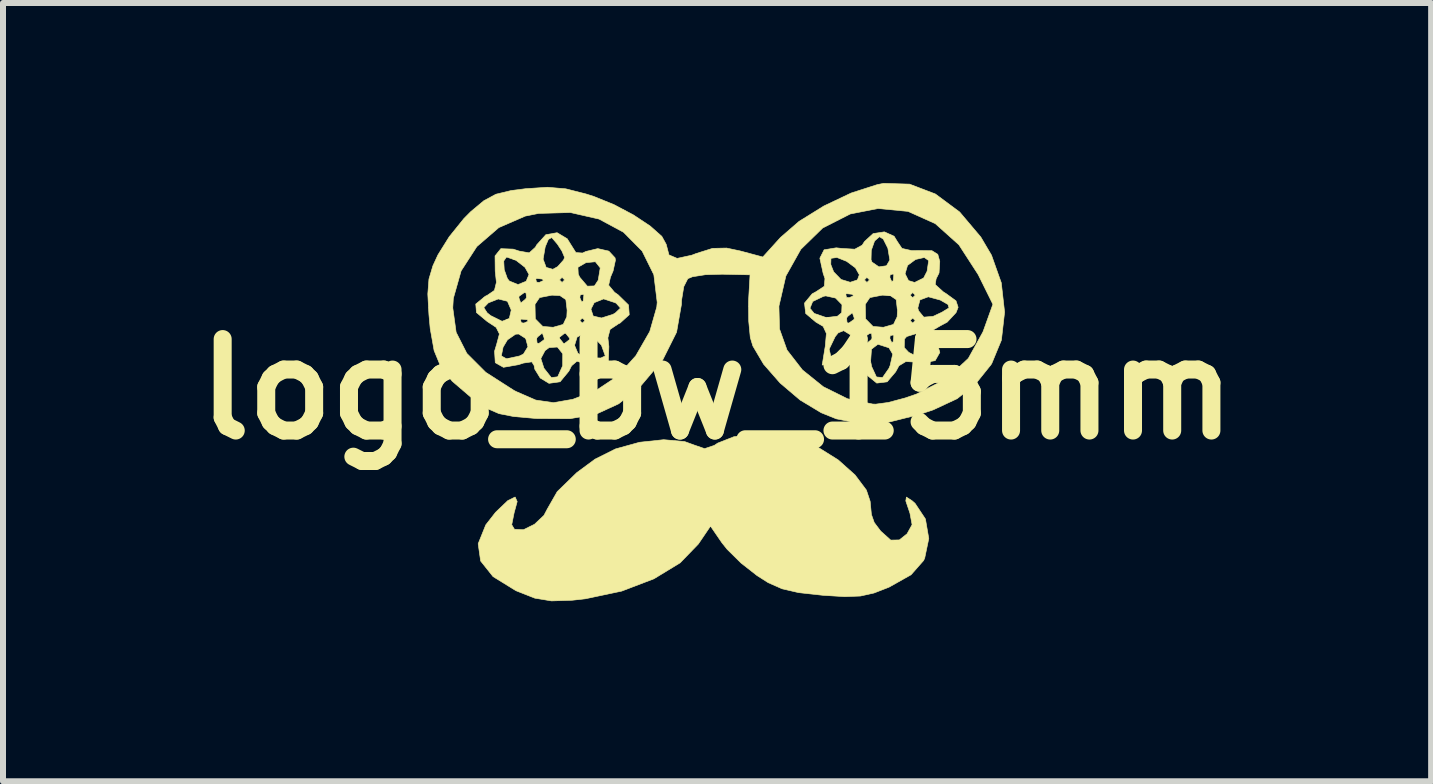
<source format=kicad_pcb>
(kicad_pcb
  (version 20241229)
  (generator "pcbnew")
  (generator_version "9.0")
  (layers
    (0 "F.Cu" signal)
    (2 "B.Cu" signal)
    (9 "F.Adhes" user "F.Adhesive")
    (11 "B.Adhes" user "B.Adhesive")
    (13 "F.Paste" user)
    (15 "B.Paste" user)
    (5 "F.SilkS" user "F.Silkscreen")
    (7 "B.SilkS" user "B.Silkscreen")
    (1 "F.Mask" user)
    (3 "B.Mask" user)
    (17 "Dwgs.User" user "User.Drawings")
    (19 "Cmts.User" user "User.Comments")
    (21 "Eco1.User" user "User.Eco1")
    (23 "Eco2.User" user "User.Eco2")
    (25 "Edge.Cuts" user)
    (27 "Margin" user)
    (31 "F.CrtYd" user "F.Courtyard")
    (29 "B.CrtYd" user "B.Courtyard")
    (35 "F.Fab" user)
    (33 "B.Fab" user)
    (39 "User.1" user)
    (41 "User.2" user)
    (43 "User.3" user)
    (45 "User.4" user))
  (footprint "logo_bw_15mm"
    (layer "F.Cu")
    (at 8.897 3.434)
    (property "Reference" "logo_bw_15mm" (at 0 0 0) (layer "F.SilkS") (effects (font (size 1.524 1.524) (thickness 0.3))))
    (attr through_hole)
    (fp_poly (pts (xy 1.064 0.784) (xy 1.465 0.879) (xy 1.685 0.97) (xy 2.019 1.179) (xy 2.299 1.429) (xy 2.488 1.681) (xy 2.551 1.869) (xy 2.572 2.088) (xy 2.619 2.222) (xy 2.722 2.359) (xy 2.73 2.368) (xy 2.894 2.515) (xy 3.038 2.512) (xy 3.166 2.41) (xy 3.25 2.258) (xy 3.214 2.066) (xy 3.145 1.862) (xy 3.155 1.798) (xy 3.252 1.861) (xy 3.3 1.904) (xy 3.472 2.163) (xy 3.528 2.489) (xy 3.46 2.815) (xy 3.441 2.856) (xy 3.232 3.093) (xy 2.866 3.299) (xy 2.614 3.397) (xy 2.389 3.447) (xy 2.128 3.457) (xy 1.768 3.435) (xy 1.74 3.432) (xy 1.359 3.39) (xy 1.083 3.326) (xy 0.852 3.224) (xy 0.665 3.105) (xy 0.401 2.898) (xy 0.169 2.669) (xy 0.081 2.559) (xy -0.109 2.282) (xy -0.312 2.581) (xy -0.615 2.894) (xy -1.052 3.16) (xy -1.589 3.365) (xy -2.195 3.493) (xy -2.413 3.517) (xy -2.759 3.528) (xy -3.037 3.482) (xy -3.341 3.362) (xy -3.359 3.353) (xy -3.732 3.123) (xy -3.939 2.863) (xy -3.98 2.576) (xy -3.853 2.261) (xy -3.69 2.052) (xy -3.486 1.857) (xy -3.364 1.797) (xy -3.33 1.873) (xy -3.381 2.06) (xy -3.421 2.259) (xy -3.375 2.335) (xy -3.226 2.342) (xy -3.041 2.251) (xy -2.884 2.103) (xy -2.828 1.997) (xy -2.663 1.708) (xy -2.337 1.391) (xy -2.032 1.166) (xy -1.692 0.996) (xy -1.292 0.885) (xy -0.889 0.842) (xy -0.54 0.873) (xy -0.384 0.93) (xy -0.207 0.991) (xy -0.046 0.937) (xy 0.011 0.899) (xy 0.282 0.792) (xy 0.651 0.755) (xy 1.064 0.784)) (stroke (width 0.01) (type solid)) (fill yes) (layer "F.SilkS"))
    (fp_poly (pts (xy 3.208 -3.416) (xy 3.638 -3.252) (xy 4.042 -2.952) (xy 4.395 -2.534) (xy 4.573 -2.232) (xy 4.736 -1.772) (xy 4.791 -1.283) (xy 4.738 -0.817) (xy 4.577 -0.427) (xy 4.562 -0.404) (xy 4.3 -0.078) (xy 4 0.159) (xy 3.608 0.342) (xy 3.373 0.422) (xy 2.845 0.553) (xy 2.399 0.577) (xy 1.986 0.494) (xy 1.736 0.393) (xy 1.384 0.181) (xy 1.051 -0.102) (xy 0.776 -0.416) (xy 0.597 -0.719) (xy 0.554 -0.86) (xy 0.528 -1.131) (xy 0.525 -1.383) (xy 1.031 -1.383) (xy 1.041 -1.002) (xy 1.166 -0.651) (xy 1.423 -0.32) (xy 1.771 -0.04) (xy 2.174 0.16) (xy 2.593 0.248) (xy 2.643 0.25) (xy 2.852 0.222) (xy 3.137 0.146) (xy 3.32 0.083) (xy 3.822 -0.173) (xy 4.187 -0.513) (xy 4.43 -0.953) (xy 4.444 -0.99) (xy 4.596 -1.414) (xy 4.351 -1.909) (xy 4.03 -2.405) (xy 3.636 -2.758) (xy 3.182 -2.962) (xy 2.682 -3.01) (xy 2.22 -2.919) (xy 1.76 -2.685) (xy 1.396 -2.33) (xy 1.147 -1.886) (xy 1.031 -1.383) (xy 0.525 -1.383) (xy 0.525 -1.449) (xy 0.528 -1.524) (xy 0.55 -1.905) (xy 0.085 -1.915) (xy -0.194 -1.907) (xy -0.41 -1.873) (xy -0.487 -1.841) (xy -0.554 -1.709) (xy -0.591 -1.483) (xy -0.593 -1.413) (xy -0.674 -0.95) (xy -0.907 -0.484) (xy -1.28 -0.043) (xy -1.289 -0.034) (xy -1.639 0.244) (xy -2.011 0.415) (xy -2.45 0.492) (xy -2.999 0.489) (xy -3.035 0.487) (xy -3.388 0.456) (xy -3.632 0.408) (xy -3.829 0.323) (xy -4.04 0.18) (xy -4.125 0.114) (xy -4.413 -0.133) (xy -4.601 -0.368) (xy -4.714 -0.643) (xy -4.779 -1.009) (xy -4.8 -1.238) (xy -4.807 -1.354) (xy -4.403 -1.354) (xy -4.347 -0.947) (xy -4.169 -0.596) (xy -3.853 -0.28) (xy -3.385 0.02) (xy -3.344 0.041) (xy -3.02 0.182) (xy -2.725 0.225) (xy -2.403 0.169) (xy -2.014 0.02) (xy -1.663 -0.213) (xy -1.353 -0.557) (xy -1.121 -0.96) (xy -1.004 -1.369) (xy -0.997 -1.446) (xy -1.053 -1.907) (xy -1.248 -2.301) (xy -1.559 -2.615) (xy -1.966 -2.834) (xy -2.444 -2.943) (xy -2.973 -2.928) (xy -3.194 -2.884) (xy -3.636 -2.692) (xy -4.002 -2.376) (xy -4.264 -1.971) (xy -4.394 -1.512) (xy -4.403 -1.354) (xy -4.807 -1.354) (xy -4.819 -1.586) (xy -4.8 -1.835) (xy -4.734 -2.056) (xy -4.65 -2.238) (xy -4.463 -2.538) (xy -4.218 -2.842) (xy -4.103 -2.958) (xy -3.885 -3.14) (xy -3.684 -3.248) (xy -3.431 -3.309) (xy -3.189 -3.34) (xy -2.825 -3.364) (xy -2.52 -3.338) (xy -2.182 -3.252) (xy -2.053 -3.211) (xy -1.718 -3.075) (xy -1.393 -2.903) (xy -1.114 -2.718) (xy -0.92 -2.546) (xy -0.847 -2.413) (xy -0.801 -2.237) (xy -0.665 -2.179) (xy -0.421 -2.232) (xy -0.348 -2.26) (xy -0.075 -2.346) (xy 0.159 -2.351) (xy 0.389 -2.302) (xy 0.763 -2.202) (xy 1.058 -2.528) (xy 1.366 -2.795) (xy 1.78 -3.052) (xy 2.235 -3.268) (xy 2.67 -3.408) (xy 2.776 -3.429) (xy 3.208 -3.416)) (stroke (width 0.01) (type solid)) (fill yes) (layer "F.SilkS"))
    (fp_poly (pts (xy 2.95 -2.548) (xy 3.005 -2.458) (xy 3.081 -2.345) (xy 3.245 -2.308) (xy 3.37 -2.31) (xy 3.581 -2.307) (xy 3.678 -2.246) (xy 3.711 -2.128) (xy 3.699 -1.936) (xy 3.65 -1.838) (xy 3.635 -1.743) (xy 3.77 -1.621) (xy 3.815 -1.593) (xy 3.981 -1.472) (xy 4.017 -1.364) (xy 3.982 -1.275) (xy 3.834 -1.116) (xy 3.725 -1.058) (xy 3.609 -0.991) (xy 3.63 -0.869) (xy 3.647 -0.834) (xy 3.712 -0.612) (xy 3.634 -0.475) (xy 3.425 -0.439) (xy 3.353 -0.448) (xy 3.146 -0.46) (xy 3.031 -0.39) (xy 2.976 -0.289) (xy 2.834 -0.122) (xy 2.661 -0.101) (xy 2.508 -0.226) (xy 2.478 -0.28) (xy 2.39 -0.409) (xy 2.25 -0.45) (xy 2.071 -0.439) (xy 1.752 -0.402) (xy 1.762 -0.463) (xy 2.559 -0.463) (xy 2.576 -0.376) (xy 2.656 -0.203) (xy 2.758 -0.194) (xy 2.865 -0.348) (xy 2.884 -0.395) (xy 2.927 -0.584) (xy 2.865 -0.688) (xy 2.861 -0.69) (xy 2.852 -0.693) (xy 3.119 -0.693) (xy 3.193 -0.614) (xy 3.389 -0.514) (xy 3.513 -0.543) (xy 3.541 -0.695) (xy 3.541 -0.698) (xy 3.457 -0.855) (xy 3.307 -0.922) (xy 3.16 -0.877) (xy 3.123 -0.834) (xy 3.119 -0.693) (xy 2.852 -0.693) (xy 2.68 -0.748) (xy 2.573 -0.666) (xy 2.559 -0.463) (xy 1.762 -0.463) (xy 1.795 -0.667) (xy 1.868 -0.667) (xy 1.897 -0.541) (xy 2.031 -0.52) (xy 2.241 -0.629) (xy 2.249 -0.635) (xy 2.362 -0.736) (xy 2.342 -0.812) (xy 2.3 -0.847) (xy 2.455 -0.847) (xy 2.484 -0.764) (xy 2.493 -0.762) (xy 2.565 -0.821) (xy 2.582 -0.847) (xy 2.879 -0.847) (xy 2.91 -0.777) (xy 2.935 -0.79) (xy 2.945 -0.891) (xy 2.935 -0.903) (xy 2.885 -0.891) (xy 2.879 -0.847) (xy 2.582 -0.847) (xy 2.576 -0.925) (xy 2.545 -0.931) (xy 2.459 -0.87) (xy 2.455 -0.847) (xy 2.3 -0.847) (xy 2.245 -0.892) (xy 2.109 -0.975) (xy 2.019 -0.938) (xy 1.969 -0.876) (xy 1.868 -0.667) (xy 1.795 -0.667) (xy 1.803 -0.713) (xy 1.822 -0.928) (xy 1.768 -1.046) (xy 1.646 -1.118) (xy 1.567 -1.185) (xy 2.159 -1.185) (xy 2.166 -1.107) (xy 2.196 -1.101) (xy 2.283 -1.162) (xy 2.286 -1.185) (xy 2.257 -1.268) (xy 2.249 -1.27) (xy 2.176 -1.211) (xy 2.159 -1.185) (xy 1.567 -1.185) (xy 1.477 -1.261) (xy 1.467 -1.348) (xy 1.548 -1.348) (xy 1.619 -1.262) (xy 1.82 -1.193) (xy 2.005 -1.215) (xy 2.077 -1.274) (xy 2.082 -1.408) (xy 2.077 -1.413) (xy 2.47 -1.413) (xy 2.475 -1.171) (xy 2.599 -1.045) (xy 2.772 -1.031) (xy 2.94 -1.079) (xy 2.971 -1.143) (xy 3.217 -1.143) (xy 3.26 -1.101) (xy 3.302 -1.143) (xy 3.26 -1.185) (xy 3.217 -1.143) (xy 2.971 -1.143) (xy 3.001 -1.205) (xy 3.006 -1.312) (xy 3.001 -1.352) (xy 3.345 -1.352) (xy 3.358 -1.306) (xy 3.445 -1.2) (xy 3.6 -1.213) (xy 3.745 -1.281) (xy 3.865 -1.354) (xy 3.848 -1.411) (xy 3.719 -1.485) (xy 3.52 -1.539) (xy 3.381 -1.487) (xy 3.345 -1.352) (xy 3.001 -1.352) (xy 2.985 -1.492) (xy 2.886 -1.559) (xy 2.753 -1.566) (xy 3.217 -1.566) (xy 3.26 -1.524) (xy 3.302 -1.566) (xy 3.26 -1.609) (xy 3.217 -1.566) (xy 2.753 -1.566) (xy 2.546 -1.526) (xy 2.47 -1.413) (xy 2.077 -1.413) (xy 1.975 -1.518) (xy 1.812 -1.554) (xy 1.774 -1.547) (xy 1.594 -1.461) (xy 1.548 -1.348) (xy 1.467 -1.348) (xy 1.457 -1.434) (xy 1.578 -1.58) (xy 2.145 -1.58) (xy 2.157 -1.53) (xy 2.201 -1.524) (xy 2.271 -1.555) (xy 2.258 -1.58) (xy 2.157 -1.591) (xy 2.145 -1.58) (xy 1.578 -1.58) (xy 1.586 -1.589) (xy 1.645 -1.621) (xy 1.787 -1.714) (xy 1.798 -1.842) (xy 1.768 -1.93) (xy 1.736 -2.077) (xy 1.895 -2.077) (xy 1.943 -1.955) (xy 2.066 -1.828) (xy 2.219 -1.781) (xy 2.338 -1.82) (xy 2.455 -1.82) (xy 2.498 -1.778) (xy 2.54 -1.82) (xy 2.498 -1.863) (xy 2.879 -1.863) (xy 2.91 -1.793) (xy 2.935 -1.806) (xy 2.945 -1.907) (xy 2.935 -1.919) (xy 2.885 -1.907) (xy 2.879 -1.863) (xy 2.498 -1.863) (xy 2.455 -1.82) (xy 2.338 -1.82) (xy 2.339 -1.82) (xy 2.371 -1.907) (xy 2.361 -1.923) (xy 3.133 -1.923) (xy 3.19 -1.809) (xy 3.292 -1.778) (xy 3.442 -1.852) (xy 3.5 -1.965) (xy 3.526 -2.143) (xy 3.454 -2.194) (xy 3.308 -2.161) (xy 3.174 -2.062) (xy 3.133 -1.923) (xy 2.361 -1.923) (xy 2.306 -2.021) (xy 2.159 -2.13) (xy 2.091 -2.157) (xy 2.566 -2.157) (xy 2.582 -2.117) (xy 2.697 -2.038) (xy 2.823 -2.056) (xy 2.879 -2.152) (xy 2.846 -2.349) (xy 2.77 -2.5) (xy 2.706 -2.54) (xy 2.625 -2.469) (xy 2.57 -2.314) (xy 2.566 -2.157) (xy 2.091 -2.157) (xy 1.998 -2.194) (xy 1.898 -2.18) (xy 1.895 -2.077) (xy 1.736 -2.077) (xy 1.713 -2.182) (xy 1.784 -2.322) (xy 1.986 -2.355) (xy 2.076 -2.345) (xy 2.295 -2.332) (xy 2.418 -2.399) (xy 2.458 -2.461) (xy 2.601 -2.592) (xy 2.788 -2.621) (xy 2.95 -2.548)) (stroke (width 0.01) (type solid)) (fill yes) (layer "F.SilkS"))
    (fp_poly (pts (xy -2.496 -2.506) (xy -2.444 -2.422) (xy -2.352 -2.276) (xy -2.241 -2.268) (xy -2.186 -2.294) (xy -1.987 -2.342) (xy -1.803 -2.3) (xy -1.699 -2.188) (xy -1.693 -2.148) (xy -1.732 -1.969) (xy -1.776 -1.866) (xy -1.806 -1.732) (xy -1.708 -1.614) (xy -1.649 -1.573) (xy -1.475 -1.403) (xy -1.463 -1.24) (xy -1.615 -1.102) (xy -1.644 -1.088) (xy -1.782 -0.996) (xy -1.819 -0.855) (xy -1.802 -0.711) (xy -1.811 -0.47) (xy -1.923 -0.359) (xy -2.127 -0.388) (xy -2.195 -0.42) (xy -2.334 -0.466) (xy -2.424 -0.389) (xy -2.469 -0.3) (xy -2.615 -0.123) (xy -2.8 -0.097) (xy -2.946 -0.186) (xy -3.037 -0.334) (xy -3.048 -0.394) (xy -3.086 -0.455) (xy -3.225 -0.435) (xy -3.308 -0.408) (xy -3.559 -0.364) (xy -3.695 -0.441) (xy -3.702 -0.554) (xy -3.594 -0.554) (xy -3.515 -0.51) (xy -3.49 -0.509) (xy -3.487 -0.51) (xy -2.936 -0.51) (xy -2.884 -0.349) (xy -2.761 -0.193) (xy -2.655 -0.206) (xy -2.574 -0.386) (xy -2.572 -0.39) (xy -2.571 -0.59) (xy -2.66 -0.702) (xy -2.798 -0.693) (xy -2.866 -0.642) (xy -2.936 -0.51) (xy -3.487 -0.51) (xy -3.291 -0.553) (xy -3.226 -0.585) (xy -3.151 -0.707) (xy -3.157 -0.73) (xy -2.374 -0.73) (xy -2.318 -0.598) (xy -2.265 -0.564) (xy -2.097 -0.523) (xy -1.937 -0.519) (xy -1.863 -0.554) (xy -1.863 -0.556) (xy -1.926 -0.732) (xy -2.07 -0.881) (xy -2.204 -0.931) (xy -2.331 -0.868) (xy -2.374 -0.73) (xy -3.157 -0.73) (xy -3.188 -0.844) (xy -3.192 -0.847) (xy -3.006 -0.847) (xy -2.999 -0.769) (xy -2.968 -0.762) (xy -2.882 -0.823) (xy -2.879 -0.847) (xy -2.625 -0.847) (xy -2.56 -0.764) (xy -2.54 -0.762) (xy -2.458 -0.826) (xy -2.455 -0.847) (xy -2.52 -0.929) (xy -2.54 -0.931) (xy -2.622 -0.867) (xy -2.625 -0.847) (xy -2.879 -0.847) (xy -2.908 -0.929) (xy -2.916 -0.931) (xy -2.988 -0.872) (xy -3.006 -0.847) (xy -3.192 -0.847) (xy -3.305 -0.919) (xy -3.356 -0.916) (xy -3.492 -0.822) (xy -3.565 -0.699) (xy -3.594 -0.554) (xy -3.702 -0.554) (xy -3.707 -0.632) (xy -3.672 -0.748) (xy -3.626 -0.92) (xy -3.68 -1.029) (xy -3.83 -1.128) (xy -4.009 -1.277) (xy -4.015 -1.359) (xy -3.886 -1.359) (xy -3.83 -1.272) (xy -3.771 -1.225) (xy -3.581 -1.131) (xy -3.515 -1.157) (xy -3.274 -1.157) (xy -3.262 -1.107) (xy -3.217 -1.101) (xy -3.148 -1.132) (xy -3.161 -1.157) (xy -3.261 -1.167) (xy -3.274 -1.157) (xy -3.515 -1.157) (xy -3.461 -1.179) (xy -3.429 -1.318) (xy -3.47 -1.413) (xy -3.033 -1.413) (xy -3.028 -1.171) (xy -2.904 -1.045) (xy -2.731 -1.031) (xy -2.563 -1.079) (xy -2.533 -1.143) (xy -2.286 -1.143) (xy -2.244 -1.101) (xy -2.201 -1.143) (xy -2.244 -1.185) (xy -2.286 -1.143) (xy -2.533 -1.143) (xy -2.503 -1.205) (xy -2.498 -1.312) (xy -2.5 -1.333) (xy -2.101 -1.333) (xy -2.063 -1.218) (xy -1.925 -1.186) (xy -1.735 -1.246) (xy -1.693 -1.271) (xy -1.609 -1.351) (xy -1.676 -1.427) (xy -1.693 -1.439) (xy -1.89 -1.504) (xy -2.046 -1.441) (xy -2.101 -1.333) (xy -2.5 -1.333) (xy -2.519 -1.492) (xy -2.566 -1.524) (xy -2.286 -1.524) (xy -2.255 -1.454) (xy -2.23 -1.468) (xy -2.219 -1.568) (xy -2.23 -1.58) (xy -2.28 -1.569) (xy -2.286 -1.524) (xy -2.566 -1.524) (xy -2.618 -1.559) (xy -2.751 -1.566) (xy -2.957 -1.526) (xy -3.033 -1.413) (xy -3.47 -1.413) (xy -3.492 -1.464) (xy -3.645 -1.503) (xy -3.81 -1.438) (xy -3.886 -1.359) (xy -4.015 -1.359) (xy -4.02 -1.418) (xy -3.891 -1.524) (xy -3.302 -1.524) (xy -3.273 -1.442) (xy -3.265 -1.439) (xy -3.192 -1.499) (xy -3.175 -1.524) (xy -3.182 -1.602) (xy -3.212 -1.609) (xy -3.299 -1.547) (xy -3.302 -1.524) (xy -3.891 -1.524) (xy -3.862 -1.548) (xy -3.828 -1.564) (xy -3.709 -1.646) (xy -3.676 -1.78) (xy -3.696 -1.965) (xy -3.698 -2.136) (xy -3.554 -2.136) (xy -3.546 -1.991) (xy -3.493 -1.843) (xy -3.461 -1.802) (xy -3.316 -1.743) (xy -3.18 -1.798) (xy -3.165 -1.834) (xy -3.02 -1.834) (xy -3.008 -1.784) (xy -2.963 -1.778) (xy -2.894 -1.809) (xy -2.9 -1.82) (xy -2.625 -1.82) (xy -2.582 -1.778) (xy -2.54 -1.82) (xy -2.582 -1.863) (xy -2.625 -1.82) (xy -2.9 -1.82) (xy -2.907 -1.834) (xy -3.007 -1.845) (xy -3.02 -1.834) (xy -3.165 -1.834) (xy -3.133 -1.911) (xy -3.2 -2.03) (xy -3.349 -2.146) (xy -3.405 -2.166) (xy -2.898 -2.166) (xy -2.847 -2.029) (xy -2.736 -1.997) (xy -2.676 -2.03) (xy -2.318 -2.03) (xy -2.312 -1.915) (xy -2.287 -1.864) (xy -2.161 -1.716) (xy -2.043 -1.72) (xy -1.98 -1.815) (xy -1.946 -2.021) (xy -2.027 -2.123) (xy -2.184 -2.108) (xy -2.318 -2.03) (xy -2.676 -2.03) (xy -2.656 -2.041) (xy -2.556 -2.153) (xy -2.54 -2.196) (xy -2.585 -2.302) (xy -2.661 -2.418) (xy -2.754 -2.526) (xy -2.81 -2.496) (xy -2.863 -2.371) (xy -2.898 -2.166) (xy -3.405 -2.166) (xy -3.504 -2.201) (xy -3.508 -2.201) (xy -3.554 -2.136) (xy -3.698 -2.136) (xy -3.699 -2.22) (xy -3.602 -2.341) (xy -3.396 -2.333) (xy -3.298 -2.301) (xy -3.129 -2.271) (xy -3.026 -2.365) (xy -3.005 -2.404) (xy -2.853 -2.573) (xy -2.665 -2.607) (xy -2.496 -2.506)) (stroke (width 0.01) (type solid)) (fill yes) (layer "F.SilkS")))
  (gr_rect
    (start -3 -3)
    (end 20.795 9.967)
    (stroke (width 0.1) (type default))
    (fill no)
    (layer "Edge.Cuts")))
</source>
